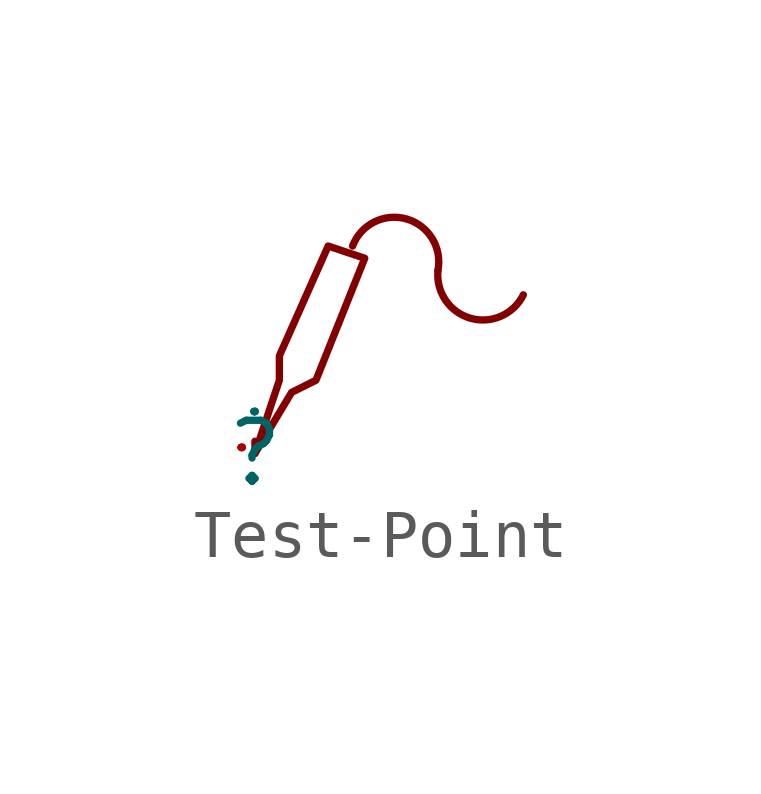
<source format=kicad_sym>
(kicad_symbol_lib
  (version 20231120)
  (generator "kicad_symbol_editor")
  (generator_version "8.0")
  (symbol "Test-Point"
    (property "Reference" ""
      (at 0 0 0)
      (effects (font (size 1.27 1.27))))
    (property "Value" ""
      (at 0 0 0)
      (effects (font (size 1.27 1.27))))
    (symbol "Test-Point_1_0"
      (polyline (pts (xy 0 0) (xy 0.508 1.524) (xy 0.508 2.032) (xy 1.524 4.318) (xy 2.286 4.064) (xy 1.27 1.524) (xy 0.762 1.27) (xy 0 0)) (stroke (width 0) (type default)) (fill (type none)))
      (arc (start 3.81 3.81) (mid 3.1548 4.8819) (end 2.032 4.318) (stroke (width 0) (type default)) (fill (type none)))
      (arc (start 3.81 3.81) (mid 4.487 2.8141) (end 5.588 3.302) (stroke (width 0) (type default)) (fill (type none)))
      (pin unspecified line (at 0 0 90) (length 0.254) (name "1" (effects (font (size 0.025 0.025)))) (number "1" (effects (font (size 0.025 0.025))))))))
</source>
